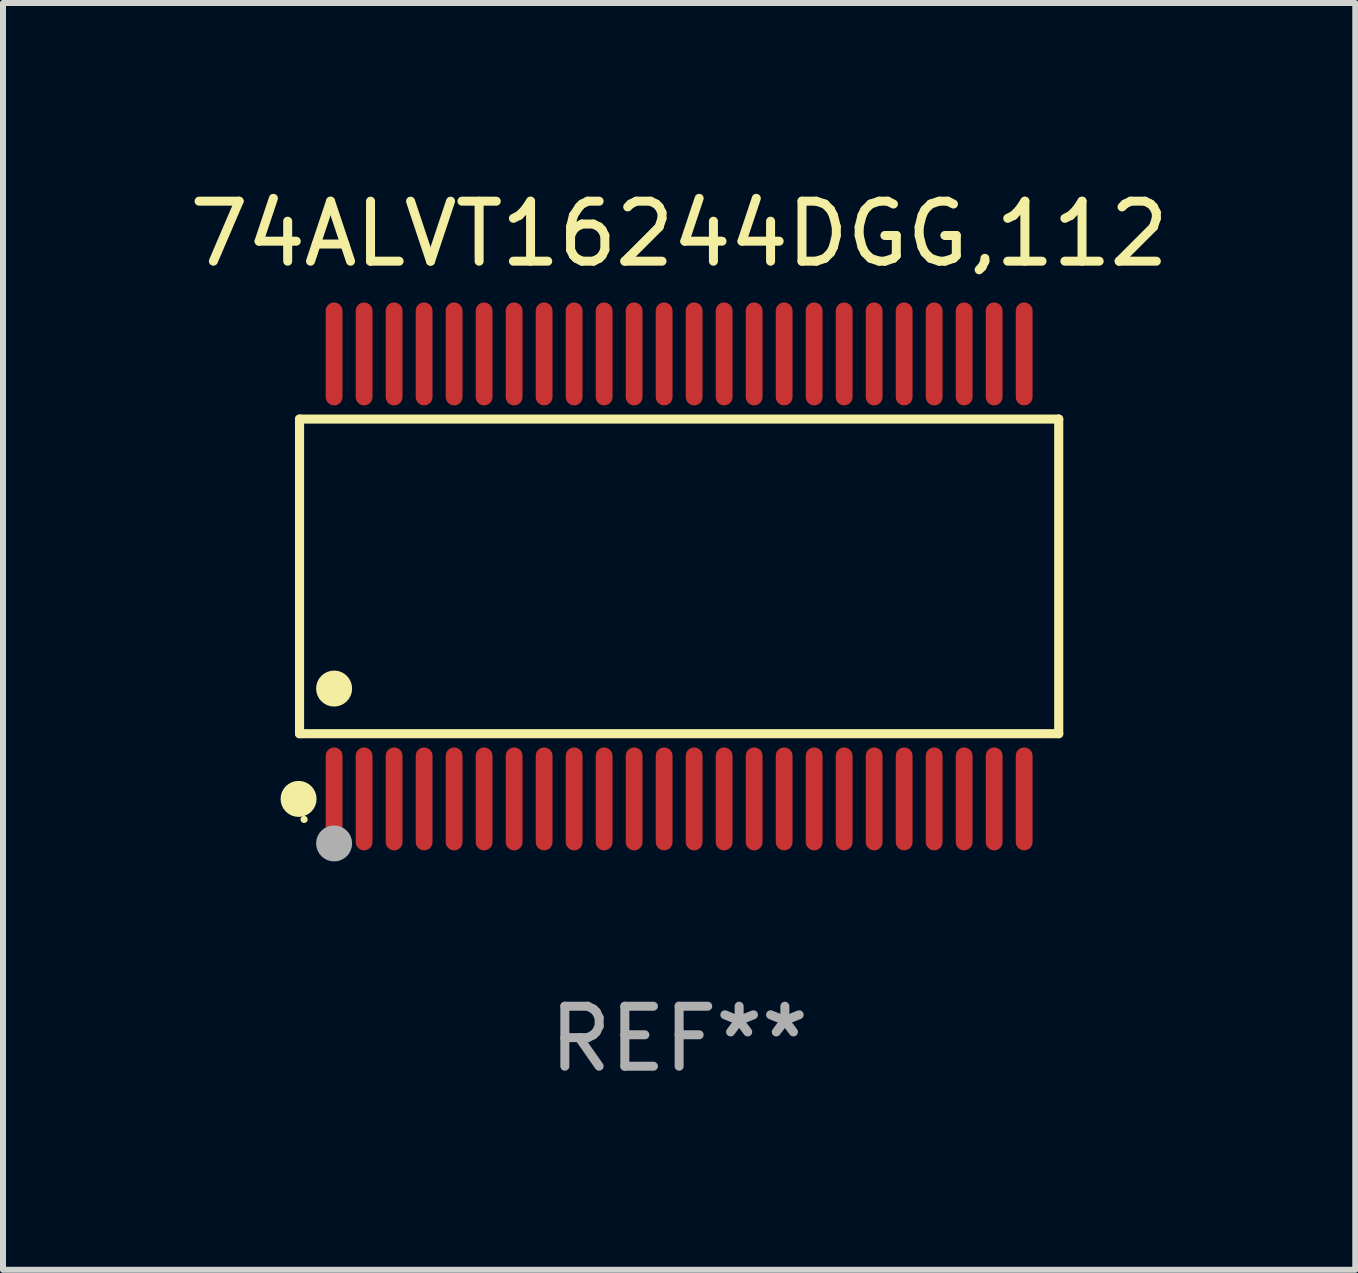
<source format=kicad_pcb>
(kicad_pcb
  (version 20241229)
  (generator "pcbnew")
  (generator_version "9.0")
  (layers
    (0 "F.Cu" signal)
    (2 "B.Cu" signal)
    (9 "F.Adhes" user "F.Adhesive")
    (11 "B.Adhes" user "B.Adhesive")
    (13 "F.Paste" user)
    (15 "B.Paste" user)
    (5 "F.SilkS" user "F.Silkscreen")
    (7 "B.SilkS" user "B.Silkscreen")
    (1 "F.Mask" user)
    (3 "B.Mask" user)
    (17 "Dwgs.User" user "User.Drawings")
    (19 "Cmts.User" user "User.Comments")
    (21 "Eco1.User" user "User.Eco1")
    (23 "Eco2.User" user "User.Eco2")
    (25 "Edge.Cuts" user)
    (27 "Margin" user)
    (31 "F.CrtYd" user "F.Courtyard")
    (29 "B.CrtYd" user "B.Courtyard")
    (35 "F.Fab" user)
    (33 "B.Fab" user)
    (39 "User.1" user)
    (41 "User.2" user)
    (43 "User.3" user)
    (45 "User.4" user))
  (footprint "74ALVT16244DGG,112"
    (layer "F.Cu")
    (at 8.268 6.556)
    (property "Reference" "74ALVT16244DGG,112" (at 0 -5.708 0) (layer "F.SilkS") (effects (font (size 1 1) (thickness 0.15))))
    (attr through_hole)
    (fp_line (start -6.326 -2.622) (end 6.326 -2.622) (stroke (width 0.152) (type solid)) (layer "F.SilkS"))
    (fp_line (start -6.326 2.621) (end -6.326 -2.622) (stroke (width 0.152) (type solid)) (layer "F.SilkS"))
    (fp_line (start 6.326 -2.622) (end 6.326 2.621) (stroke (width 0.152) (type solid)) (layer "F.SilkS"))
    (fp_line (start 6.326 2.621) (end -6.326 2.621) (stroke (width 0.152) (type solid)) (layer "F.SilkS"))
    (fp_circle (center -6.342 3.708) (end -6.192 3.708) (stroke (width 0.3) (type solid)) (fill no) (layer "F.SilkS"))
    (fp_circle (center -6.25 4.05) (end -6.22 4.05) (stroke (width 0.06) (type solid)) (fill no) (layer "F.SilkS"))
    (fp_circle (center -5.75 1.869) (end -5.6 1.869) (stroke (width 0.3) (type solid)) (fill no) (layer "F.SilkS"))
    (fp_circle (center -5.75 4.45) (end -5.6 4.45) (stroke (width 0.3) (type solid)) (fill no) (layer "F.Fab"))
    (fp_text user "REF**" (at 0 7.708 0) (layer "F.Fab") (effects (font (size 1 1) (thickness 0.15))))
    (pad "1" smd oval (at -5.75 3.708) (size 0.28 1.715) (layers "F.Cu" "F.Mask" "F.Paste"))
    (pad "2" smd oval (at -5.25 3.708) (size 0.28 1.715) (layers "F.Cu" "F.Mask" "F.Paste"))
    (pad "3" smd oval (at -4.75 3.708) (size 0.28 1.715) (layers "F.Cu" "F.Mask" "F.Paste"))
    (pad "4" smd oval (at -4.25 3.708) (size 0.28 1.715) (layers "F.Cu" "F.Mask" "F.Paste"))
    (pad "5" smd oval (at -3.75 3.708) (size 0.28 1.715) (layers "F.Cu" "F.Mask" "F.Paste"))
    (pad "6" smd oval (at -3.25 3.708) (size 0.28 1.715) (layers "F.Cu" "F.Mask" "F.Paste"))
    (pad "7" smd oval (at -2.75 3.708) (size 0.28 1.715) (layers "F.Cu" "F.Mask" "F.Paste"))
    (pad "8" smd oval (at -2.25 3.708) (size 0.28 1.715) (layers "F.Cu" "F.Mask" "F.Paste"))
    (pad "9" smd oval (at -1.75 3.708) (size 0.28 1.715) (layers "F.Cu" "F.Mask" "F.Paste"))
    (pad "10" smd oval (at -1.25 3.708) (size 0.28 1.715) (layers "F.Cu" "F.Mask" "F.Paste"))
    (pad "11" smd oval (at -0.75 3.708) (size 0.28 1.715) (layers "F.Cu" "F.Mask" "F.Paste"))
    (pad "12" smd oval (at -0.25 3.708) (size 0.28 1.715) (layers "F.Cu" "F.Mask" "F.Paste"))
    (pad "13" smd oval (at 0.25 3.708) (size 0.28 1.715) (layers "F.Cu" "F.Mask" "F.Paste"))
    (pad "14" smd oval (at 0.75 3.708) (size 0.28 1.715) (layers "F.Cu" "F.Mask" "F.Paste"))
    (pad "15" smd oval (at 1.25 3.708) (size 0.28 1.715) (layers "F.Cu" "F.Mask" "F.Paste"))
    (pad "16" smd oval (at 1.75 3.708) (size 0.28 1.715) (layers "F.Cu" "F.Mask" "F.Paste"))
    (pad "17" smd oval (at 2.25 3.708) (size 0.28 1.715) (layers "F.Cu" "F.Mask" "F.Paste"))
    (pad "18" smd oval (at 2.75 3.708) (size 0.28 1.715) (layers "F.Cu" "F.Mask" "F.Paste"))
    (pad "19" smd oval (at 3.25 3.708) (size 0.28 1.715) (layers "F.Cu" "F.Mask" "F.Paste"))
    (pad "20" smd oval (at 3.75 3.708) (size 0.28 1.715) (layers "F.Cu" "F.Mask" "F.Paste"))
    (pad "21" smd oval (at 4.25 3.708) (size 0.28 1.715) (layers "F.Cu" "F.Mask" "F.Paste"))
    (pad "22" smd oval (at 4.75 3.708) (size 0.28 1.715) (layers "F.Cu" "F.Mask" "F.Paste"))
    (pad "23" smd oval (at 5.25 3.708) (size 0.28 1.715) (layers "F.Cu" "F.Mask" "F.Paste"))
    (pad "24" smd oval (at 5.75 3.708) (size 0.28 1.715) (layers "F.Cu" "F.Mask" "F.Paste"))
    (pad "25" smd oval (at 5.75 -3.708) (size 0.28 1.715) (layers "F.Cu" "F.Mask" "F.Paste"))
    (pad "26" smd oval (at 5.25 -3.708) (size 0.28 1.715) (layers "F.Cu" "F.Mask" "F.Paste"))
    (pad "27" smd oval (at 4.75 -3.708) (size 0.28 1.715) (layers "F.Cu" "F.Mask" "F.Paste"))
    (pad "28" smd oval (at 4.25 -3.708) (size 0.28 1.715) (layers "F.Cu" "F.Mask" "F.Paste"))
    (pad "29" smd oval (at 3.75 -3.708) (size 0.28 1.715) (layers "F.Cu" "F.Mask" "F.Paste"))
    (pad "30" smd oval (at 3.25 -3.708) (size 0.28 1.715) (layers "F.Cu" "F.Mask" "F.Paste"))
    (pad "31" smd oval (at 2.75 -3.708) (size 0.28 1.715) (layers "F.Cu" "F.Mask" "F.Paste"))
    (pad "32" smd oval (at 2.25 -3.708) (size 0.28 1.715) (layers "F.Cu" "F.Mask" "F.Paste"))
    (pad "33" smd oval (at 1.75 -3.708) (size 0.28 1.715) (layers "F.Cu" "F.Mask" "F.Paste"))
    (pad "34" smd oval (at 1.25 -3.708) (size 0.28 1.715) (layers "F.Cu" "F.Mask" "F.Paste"))
    (pad "35" smd oval (at 0.75 -3.708) (size 0.28 1.715) (layers "F.Cu" "F.Mask" "F.Paste"))
    (pad "36" smd oval (at 0.25 -3.708) (size 0.28 1.715) (layers "F.Cu" "F.Mask" "F.Paste"))
    (pad "37" smd oval (at -0.25 -3.708) (size 0.28 1.715) (layers "F.Cu" "F.Mask" "F.Paste"))
    (pad "38" smd oval (at -0.75 -3.708) (size 0.28 1.715) (layers "F.Cu" "F.Mask" "F.Paste"))
    (pad "39" smd oval (at -1.25 -3.708) (size 0.28 1.715) (layers "F.Cu" "F.Mask" "F.Paste"))
    (pad "40" smd oval (at -1.75 -3.708) (size 0.28 1.715) (layers "F.Cu" "F.Mask" "F.Paste"))
    (pad "41" smd oval (at -2.25 -3.708) (size 0.28 1.715) (layers "F.Cu" "F.Mask" "F.Paste"))
    (pad "42" smd oval (at -2.75 -3.708) (size 0.28 1.715) (layers "F.Cu" "F.Mask" "F.Paste"))
    (pad "43" smd oval (at -3.25 -3.708) (size 0.28 1.715) (layers "F.Cu" "F.Mask" "F.Paste"))
    (pad "44" smd oval (at -3.75 -3.708) (size 0.28 1.715) (layers "F.Cu" "F.Mask" "F.Paste"))
    (pad "45" smd oval (at -4.25 -3.708) (size 0.28 1.715) (layers "F.Cu" "F.Mask" "F.Paste"))
    (pad "46" smd oval (at -4.75 -3.708) (size 0.28 1.715) (layers "F.Cu" "F.Mask" "F.Paste"))
    (pad "47" smd oval (at -5.25 -3.708) (size 0.28 1.715) (layers "F.Cu" "F.Mask" "F.Paste"))
    (pad "48" smd oval (at -5.75 -3.708) (size 0.28 1.715) (layers "F.Cu" "F.Mask" "F.Paste")))
  (gr_rect
    (start -3 -3)
    (end 19.536 18.112)
    (stroke (width 0.1) (type default))
    (fill no)
    (layer "Edge.Cuts")))
</source>
